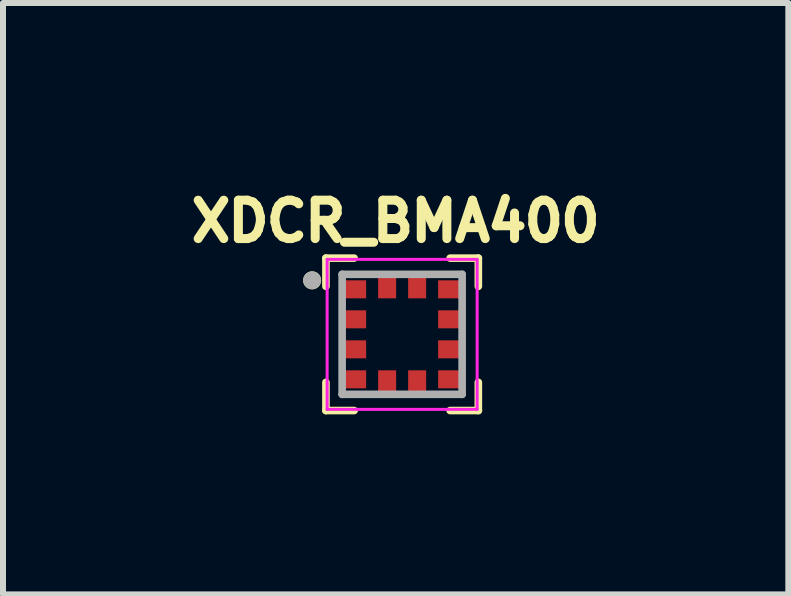
<source format=kicad_pcb>
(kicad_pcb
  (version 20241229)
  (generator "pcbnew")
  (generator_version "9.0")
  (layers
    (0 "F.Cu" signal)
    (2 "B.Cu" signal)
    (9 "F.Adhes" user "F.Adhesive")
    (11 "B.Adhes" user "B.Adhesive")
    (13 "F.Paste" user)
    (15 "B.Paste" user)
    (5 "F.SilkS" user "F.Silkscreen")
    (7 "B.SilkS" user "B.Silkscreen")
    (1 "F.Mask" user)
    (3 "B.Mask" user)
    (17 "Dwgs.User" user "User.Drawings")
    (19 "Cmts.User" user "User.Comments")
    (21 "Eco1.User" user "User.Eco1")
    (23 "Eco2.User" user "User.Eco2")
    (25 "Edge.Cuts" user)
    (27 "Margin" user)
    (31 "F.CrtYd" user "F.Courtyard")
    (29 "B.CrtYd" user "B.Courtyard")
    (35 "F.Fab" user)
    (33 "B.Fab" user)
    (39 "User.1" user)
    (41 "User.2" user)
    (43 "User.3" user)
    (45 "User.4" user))
  (footprint "XDCR_BMA400"
    (layer "F.Cu")
    (at 3.652 2.522)
    (property "Reference" "XDCR_BMA400" (at -0.108 -1.884 0) (layer "F.SilkS") (effects (font (size 0.64 0.64) (thickness 0.15))))
    (attr smd)
    (fp_poly (pts (xy -1 -0.95) (xy -0.55 -0.95) (xy -0.55 -0.55) (xy -1 -0.55)) (stroke (width 0.01) (type solid)) (fill yes) (layer "F.Mask"))
    (fp_poly (pts (xy -1 -0.45) (xy -0.55 -0.45) (xy -0.55 -0.05) (xy -1 -0.05)) (stroke (width 0.01) (type solid)) (fill yes) (layer "F.Mask"))
    (fp_poly (pts (xy -1 0.05) (xy -0.55 0.05) (xy -0.55 0.45) (xy -1 0.45)) (stroke (width 0.01) (type solid)) (fill yes) (layer "F.Mask"))
    (fp_poly (pts (xy -1 0.55) (xy -0.55 0.55) (xy -0.55 0.95) (xy -1 0.95)) (stroke (width 0.01) (type solid)) (fill yes) (layer "F.Mask"))
    (fp_poly (pts (xy -0.45 -1) (xy -0.05 -1) (xy -0.05 -0.55) (xy -0.45 -0.55)) (stroke (width 0.01) (type solid)) (fill yes) (layer "F.Mask"))
    (fp_poly (pts (xy -0.45 0.55) (xy -0.05 0.55) (xy -0.05 1) (xy -0.45 1)) (stroke (width 0.01) (type solid)) (fill yes) (layer "F.Mask"))
    (fp_poly (pts (xy 0.05 -1) (xy 0.45 -1) (xy 0.45 -0.55) (xy 0.05 -0.55)) (stroke (width 0.01) (type solid)) (fill yes) (layer "F.Mask"))
    (fp_poly (pts (xy 0.05 0.55) (xy 0.45 0.55) (xy 0.45 1) (xy 0.05 1)) (stroke (width 0.01) (type solid)) (fill yes) (layer "F.Mask"))
    (fp_poly (pts (xy 0.55 -0.95) (xy 1 -0.95) (xy 1 -0.55) (xy 0.55 -0.55)) (stroke (width 0.01) (type solid)) (fill yes) (layer "F.Mask"))
    (fp_poly (pts (xy 0.55 -0.45) (xy 1 -0.45) (xy 1 -0.05) (xy 0.55 -0.05)) (stroke (width 0.01) (type solid)) (fill yes) (layer "F.Mask"))
    (fp_poly (pts (xy 0.55 0.05) (xy 1 0.05) (xy 1 0.45) (xy 0.55 0.45)) (stroke (width 0.01) (type solid)) (fill yes) (layer "F.Mask"))
    (fp_poly (pts (xy 0.55 0.55) (xy 1 0.55) (xy 1 0.95) (xy 0.55 0.95)) (stroke (width 0.01) (type solid)) (fill yes) (layer "F.Mask"))
    (fp_line (start -1.27 -1.27) (end -1.27 -0.8) (stroke (width 0.127) (type solid)) (layer "F.SilkS"))
    (fp_line (start -1.27 -1.27) (end -0.8 -1.27) (stroke (width 0.127) (type solid)) (layer "F.SilkS"))
    (fp_line (start -1.27 1.27) (end -1.27 0.8) (stroke (width 0.127) (type solid)) (layer "F.SilkS"))
    (fp_line (start -1.27 1.27) (end -0.8 1.27) (stroke (width 0.127) (type solid)) (layer "F.SilkS"))
    (fp_line (start 1.27 -1.27) (end 0.8 -1.27) (stroke (width 0.127) (type solid)) (layer "F.SilkS"))
    (fp_line (start 1.27 -1.27) (end 1.27 -0.8) (stroke (width 0.127) (type solid)) (layer "F.SilkS"))
    (fp_line (start 1.27 1.27) (end 0.8 1.27) (stroke (width 0.127) (type solid)) (layer "F.SilkS"))
    (fp_line (start 1.27 1.27) (end 1.27 0.8) (stroke (width 0.127) (type solid)) (layer "F.SilkS"))
    (fp_circle (center -1.5 -0.9) (end -1.425 -0.9) (stroke (width 0.15) (type solid)) (fill no) (layer "F.SilkS"))
    (fp_poly (pts (xy -0.925 -0.875) (xy -0.625 -0.875) (xy -0.625 -0.625) (xy -0.925 -0.625)) (stroke (width 0.01) (type solid)) (fill yes) (layer "F.Paste"))
    (fp_poly (pts (xy -0.925 -0.375) (xy -0.625 -0.375) (xy -0.625 -0.125) (xy -0.925 -0.125)) (stroke (width 0.01) (type solid)) (fill yes) (layer "F.Paste"))
    (fp_poly (pts (xy -0.925 0.125) (xy -0.625 0.125) (xy -0.625 0.375) (xy -0.925 0.375)) (stroke (width 0.01) (type solid)) (fill yes) (layer "F.Paste"))
    (fp_poly (pts (xy -0.925 0.625) (xy -0.625 0.625) (xy -0.625 0.875) (xy -0.925 0.875)) (stroke (width 0.01) (type solid)) (fill yes) (layer "F.Paste"))
    (fp_poly (pts (xy -0.375 -0.925) (xy -0.125 -0.925) (xy -0.125 -0.625) (xy -0.375 -0.625)) (stroke (width 0.01) (type solid)) (fill yes) (layer "F.Paste"))
    (fp_poly (pts (xy -0.375 0.625) (xy -0.125 0.625) (xy -0.125 0.925) (xy -0.375 0.925)) (stroke (width 0.01) (type solid)) (fill yes) (layer "F.Paste"))
    (fp_poly (pts (xy 0.125 -0.925) (xy 0.375 -0.925) (xy 0.375 -0.625) (xy 0.125 -0.625)) (stroke (width 0.01) (type solid)) (fill yes) (layer "F.Paste"))
    (fp_poly (pts (xy 0.125 0.625) (xy 0.375 0.625) (xy 0.375 0.925) (xy 0.125 0.925)) (stroke (width 0.01) (type solid)) (fill yes) (layer "F.Paste"))
    (fp_poly (pts (xy 0.625 -0.875) (xy 0.925 -0.875) (xy 0.925 -0.625) (xy 0.625 -0.625)) (stroke (width 0.01) (type solid)) (fill yes) (layer "F.Paste"))
    (fp_poly (pts (xy 0.625 -0.375) (xy 0.925 -0.375) (xy 0.925 -0.125) (xy 0.625 -0.125)) (stroke (width 0.01) (type solid)) (fill yes) (layer "F.Paste"))
    (fp_poly (pts (xy 0.625 0.125) (xy 0.925 0.125) (xy 0.925 0.375) (xy 0.625 0.375)) (stroke (width 0.01) (type solid)) (fill yes) (layer "F.Paste"))
    (fp_poly (pts (xy 0.625 0.625) (xy 0.925 0.625) (xy 0.925 0.875) (xy 0.625 0.875)) (stroke (width 0.01) (type solid)) (fill yes) (layer "F.Paste"))
    (fp_line (start -1.25 -1.25) (end 1.25 -1.25) (stroke (width 0.05) (type solid)) (layer "F.CrtYd"))
    (fp_line (start -1.25 1.25) (end -1.25 -1.25) (stroke (width 0.05) (type solid)) (layer "F.CrtYd"))
    (fp_line (start 1.25 -1.25) (end 1.25 1.25) (stroke (width 0.05) (type solid)) (layer "F.CrtYd"))
    (fp_line (start 1.25 1.25) (end -1.25 1.25) (stroke (width 0.05) (type solid)) (layer "F.CrtYd"))
    (fp_line (start -1 -1) (end 1 -1) (stroke (width 0.127) (type solid)) (layer "F.Fab"))
    (fp_line (start -1 1) (end -1 -1) (stroke (width 0.127) (type solid)) (layer "F.Fab"))
    (fp_line (start 1 -1) (end 1 1) (stroke (width 0.127) (type solid)) (layer "F.Fab"))
    (fp_line (start 1 1) (end -1 1) (stroke (width 0.127) (type solid)) (layer "F.Fab"))
    (fp_circle (center -1.5 -0.9) (end -1.425 -0.9) (stroke (width 0.15) (type solid)) (fill no) (layer "F.Fab"))
    (pad "1" smd rect (at -0.775 -0.75) (size 0.35 0.3) (layers "F.Cu"))
    (pad "2" smd rect (at -0.775 -0.25) (size 0.35 0.3) (layers "F.Cu"))
    (pad "3" smd rect (at -0.775 0.25) (size 0.35 0.3) (layers "F.Cu"))
    (pad "4" smd rect (at -0.775 0.75) (size 0.35 0.3) (layers "F.Cu"))
    (pad "5" smd rect (at -0.25 0.775) (size 0.3 0.35) (layers "F.Cu"))
    (pad "6" smd rect (at 0.25 0.775) (size 0.3 0.35) (layers "F.Cu"))
    (pad "7" smd rect (at 0.775 0.75) (size 0.35 0.3) (layers "F.Cu"))
    (pad "8" smd rect (at 0.775 0.25) (size 0.35 0.3) (layers "F.Cu"))
    (pad "9" smd rect (at 0.775 -0.25) (size 0.35 0.3) (layers "F.Cu"))
    (pad "10" smd rect (at 0.775 -0.75) (size 0.35 0.3) (layers "F.Cu"))
    (pad "11" smd rect (at 0.25 -0.775) (size 0.3 0.35) (layers "F.Cu"))
    (pad "12" smd rect (at -0.25 -0.775) (size 0.3 0.35) (layers "F.Cu"))
    (zone (net_name "") (layer "F.Cu") (hatch full 0.508) (connect_pads) (min_thickness 0.01) (filled_areas_thickness no) (keepout (tracks not_allowed) (vias not_allowed) (pads not_allowed) (copperpour not_allowed) (footprints allowed)) (placement (enabled no)) (fill) (polygon (pts (xy 4.127 2.047) (xy 4.127 2.997) (xy 3.177 2.997) (xy 3.177 2.047))))
    (zone (net_name "") (layers "F.Cu" "B.Cu") (hatch full 0.508) (connect_pads) (min_thickness 0.01) (filled_areas_thickness no) (keepout (tracks allowed) (vias not_allowed) (pads allowed) (copperpour allowed) (footprints allowed)) (placement (enabled no)) (fill) (polygon (pts (xy 4.127 2.047) (xy 4.127 2.997) (xy 3.177 2.997) (xy 3.177 2.047)))))
  (gr_rect
    (start -3 -3)
    (end 10.088 6.856)
    (stroke (width 0.1) (type default))
    (fill no)
    (layer "Edge.Cuts")))
</source>
